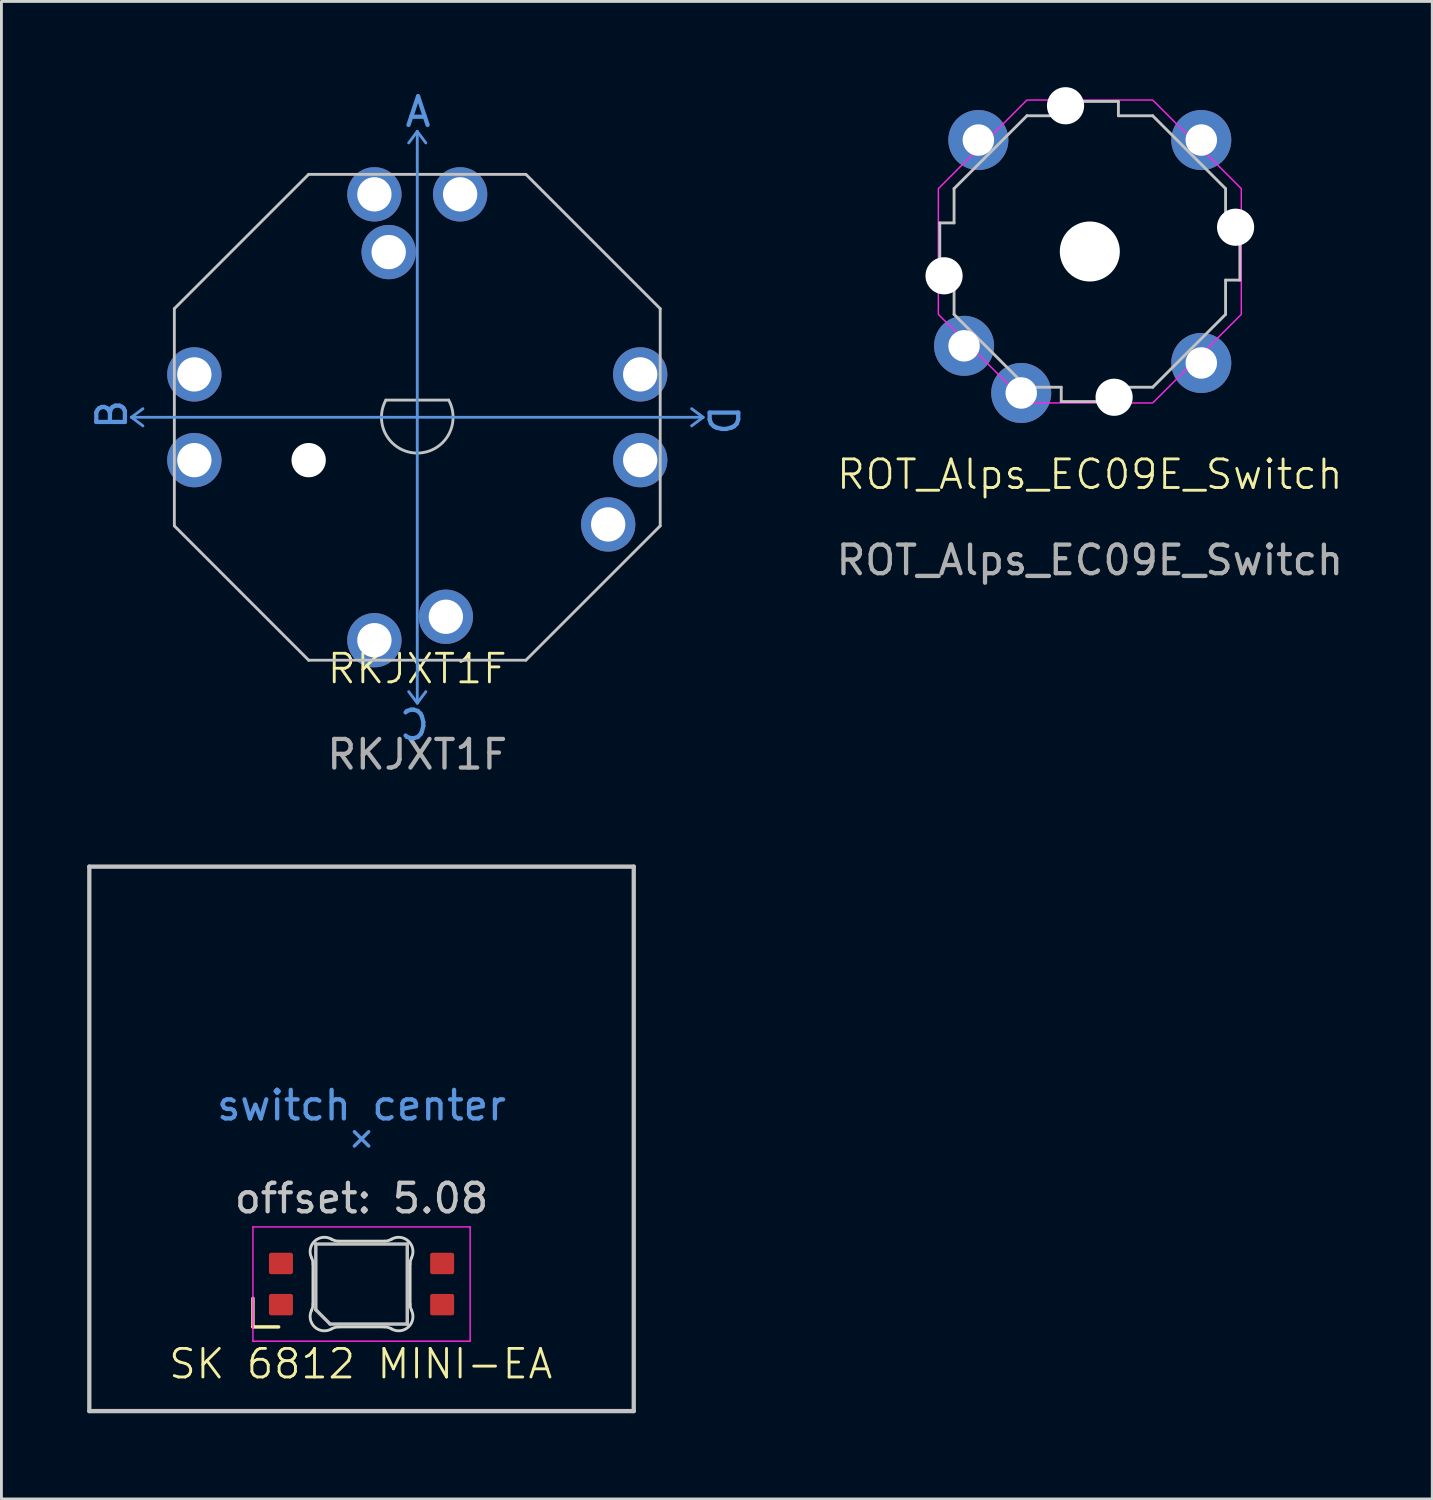
<source format=kicad_pcb>
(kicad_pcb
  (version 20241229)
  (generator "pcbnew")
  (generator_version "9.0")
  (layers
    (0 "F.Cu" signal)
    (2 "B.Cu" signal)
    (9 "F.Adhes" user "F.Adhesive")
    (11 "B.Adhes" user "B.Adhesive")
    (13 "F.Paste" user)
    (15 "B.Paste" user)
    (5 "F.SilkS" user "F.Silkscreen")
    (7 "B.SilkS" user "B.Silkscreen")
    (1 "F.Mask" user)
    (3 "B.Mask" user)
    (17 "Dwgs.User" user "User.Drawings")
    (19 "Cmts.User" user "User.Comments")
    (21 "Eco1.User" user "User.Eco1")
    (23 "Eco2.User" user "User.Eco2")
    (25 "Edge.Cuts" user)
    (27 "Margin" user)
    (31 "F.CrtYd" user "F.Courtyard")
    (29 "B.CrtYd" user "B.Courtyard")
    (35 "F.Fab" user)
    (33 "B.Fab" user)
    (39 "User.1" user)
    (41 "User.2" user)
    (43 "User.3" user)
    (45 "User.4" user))
  (footprint "RKJXT1F"
    (layer "F.Cu")
    (at 11.55 11.55)
    (property "Reference" "RKJXT1F" (at 0 8.8 0) (unlocked yes) (layer "F.SilkS") (effects (font (size 1 1) (thickness 0.1))))
    (attr through_hole)
    (fp_line (start -8.5 3.8) (end -8.5 -3.8) (stroke (width 0.1) (type default)) (layer "Dwgs.User"))
    (fp_line (start -8.5 3.8) (end -3.8 8.5) (stroke (width 0.1) (type default)) (layer "Dwgs.User"))
    (fp_line (start -3.8 -8.5) (end -8.5 -3.8) (stroke (width 0.1) (type default)) (layer "Dwgs.User"))
    (fp_line (start -1.1 -0.6) (end 1.1 -0.6) (stroke (width 0.1) (type default)) (layer "Dwgs.User"))
    (fp_line (start 3.8 -8.5) (end -3.8 -8.5) (stroke (width 0.1) (type default)) (layer "Dwgs.User"))
    (fp_line (start 3.8 8.5) (end -3.8 8.5) (stroke (width 0.1) (type default)) (layer "Dwgs.User"))
    (fp_line (start 3.8 8.5) (end 8.5 3.8) (stroke (width 0.1) (type default)) (layer "Dwgs.User"))
    (fp_line (start 8.5 -3.8) (end 3.8 -8.5) (stroke (width 0.1) (type default)) (layer "Dwgs.User"))
    (fp_line (start 8.5 3.8) (end 8.5 -3.8) (stroke (width 0.1) (type default)) (layer "Dwgs.User"))
    (fp_arc (start 1.1 -0.6) (mid 0 1.252995) (end -1.1 -0.6) (stroke (width 0.1) (type default)) (layer "Dwgs.User"))
    (fp_line (start -10 0) (end -9.6 -0.3) (stroke (width 0.1) (type default)) (layer "Cmts.User"))
    (fp_line (start -10 0) (end -9.6 0.3) (stroke (width 0.1) (type default)) (layer "Cmts.User"))
    (fp_line (start 0 -10) (end -0.3 -9.6) (stroke (width 0.1) (type default)) (layer "Cmts.User"))
    (fp_line (start 0 -10) (end 0.3 -9.6) (stroke (width 0.1) (type default)) (layer "Cmts.User"))
    (fp_line (start 0 0) (end -10 0) (stroke (width 0.1) (type default)) (layer "Cmts.User"))
    (fp_line (start 0 0) (end 0 -10) (stroke (width 0.1) (type default)) (layer "Cmts.User"))
    (fp_line (start 0 0) (end 0 10) (stroke (width 0.1) (type default)) (layer "Cmts.User"))
    (fp_line (start 0 0) (end 10 0) (stroke (width 0.1) (type default)) (layer "Cmts.User"))
    (fp_line (start 0 10) (end -0.3 9.6) (stroke (width 0.1) (type default)) (layer "Cmts.User"))
    (fp_line (start 0 10) (end 0.3 9.6) (stroke (width 0.1) (type default)) (layer "Cmts.User"))
    (fp_line (start 10 0) (end 9.6 -0.3) (stroke (width 0.1) (type default)) (layer "Cmts.User"))
    (fp_line (start 10 0) (end 9.6 0.3) (stroke (width 0.1) (type default)) (layer "Cmts.User"))
    (fp_poly (pts (xy -3.8 -8.5) (xy 3.8 -8.5) (xy 8.5 -3.8) (xy 8.5 3.8) (xy 3.8 8.5) (xy -3.8 8.5) (xy -8.5 3.8) (xy -8.5 -3.8)) (stroke (width 0.05) (type solid)) (fill no) (layer "F.CrtYd"))
    (fp_text user "A" (at -0.5 -10.1 0) (unlocked yes) (layer "Cmts.User") (effects (font (size 1 1) (thickness 0.15)) (justify left bottom)))
    (fp_text user "C" (at 0.5 10.1 180) (unlocked yes) (layer "Cmts.User") (effects (font (size 1 1) (thickness 0.15)) (justify left bottom)))
    (fp_text user "D" (at 10.1 -0.5 270) (unlocked yes) (layer "Cmts.User") (effects (font (size 1 1) (thickness 0.15)) (justify left bottom)))
    (fp_text user "B" (at -10.1 0.5 90) (unlocked yes) (layer "Cmts.User") (effects (font (size 1 1) (thickness 0.15)) (justify left bottom)))
    (fp_text user "${REFERENCE}" (at 0 11.8 0) (unlocked yes) (layer "F.Fab") (effects (font (size 1 1) (thickness 0.15))))
    (pad "" np_thru_hole circle (at -3.8 1.5) (size 1.2 1.2) (drill 1.2) (layers "*.Cu" "*.Mask"))
    (pad "A" thru_hole circle (at -1.5 7.8) (size 1.9 1.9) (drill 1.2) (layers "*.Cu" "*.Mask"))
    (pad "B" thru_hole circle (at 7.8 1.5) (size 1.9 1.9) (drill 1.2) (layers "*.Cu" "*.Mask"))
    (pad "C" thru_hole circle (at 1.5 -7.8) (size 1.9 1.9) (drill 1.2) (layers "*.Cu" "*.Mask"))
    (pad "COM" thru_hole circle (at -1 -5.78) (size 1.9 1.9) (drill 1.2) (layers "*.Cu" "*.Mask"))
    (pad "D" thru_hole circle (at -7.8 -1.5) (size 1.9 1.9) (drill 1.2) (layers "*.Cu" "*.Mask"))
    (pad "ENC_A" thru_hole circle (at -7.8 1.5) (size 1.9 1.9) (drill 1.2) (layers "*.Cu" "*.Mask"))
    (pad "ENC_B" thru_hole circle (at 7.8 -1.5) (size 1.9 1.9) (drill 1.2) (layers "*.Cu" "*.Mask"))
    (pad "ENC_COM" thru_hole circle (at -1.5 -7.8) (size 1.9 1.9) (drill 1.2) (layers "*.Cu" "*.Mask"))
    (pad "GND" thru_hole circle (at 6.68 3.75) (size 1.9 1.9) (drill 1.2) (layers "*.Cu" "*.Mask"))
    (pad "PUSH" thru_hole circle (at 1 6.98) (size 1.9 1.9) (drill 1.2) (layers "*.Cu" "*.Mask")))
  (footprint "SK 6812 MINI-EA"
    (layer "F.Cu")
    (at 9.6 41.878)
    (property "Reference" "SK 6812 MINI-EA" (at -0.027 2.794 0) (unlocked yes) (layer "F.SilkS") (effects (font (size 1 1) (thickness 0.1))))
    (attr smd)
    (fp_line (start -3.8 0.5) (end -3.8 1.5) (stroke (width 0.12) (type solid)) (layer "F.SilkS"))
    (fp_line (start -3.8 1.5) (end -2.9 1.5) (stroke (width 0.12) (type solid)) (layer "F.SilkS"))
    (fp_line (start -9.525 -14.605) (end -9.525 4.445) (stroke (width 0.15) (type solid)) (layer "Dwgs.User"))
    (fp_line (start -9.525 4.445) (end 9.525 4.445) (stroke (width 0.15) (type solid)) (layer "Dwgs.User"))
    (fp_line (start -1.6 -1.4) (end 1.6 -1.4) (stroke (width 0.12) (type solid)) (layer "Dwgs.User"))
    (fp_line (start -1.6 0.9) (end -1.6 -1.4) (stroke (width 0.12) (type solid)) (layer "Dwgs.User"))
    (fp_line (start -1.6 0.9) (end -1.1 1.4) (stroke (width 0.12) (type solid)) (layer "Dwgs.User"))
    (fp_line (start 1.6 -1.4) (end 1.6 1.4) (stroke (width 0.12) (type solid)) (layer "Dwgs.User"))
    (fp_line (start 1.6 1.4) (end -1.1 1.4) (stroke (width 0.12) (type solid)) (layer "Dwgs.User"))
    (fp_line (start 9.525 -14.605) (end -9.525 -14.605) (stroke (width 0.15) (type solid)) (layer "Dwgs.User"))
    (fp_line (start 9.525 4.445) (end 9.525 -14.605) (stroke (width 0.15) (type solid)) (layer "Dwgs.User"))
    (fp_line (start -0.25 -4.83) (end 0 -5.08) (stroke (width 0.12) (type solid)) (layer "Cmts.User"))
    (fp_line (start 0 -5.08) (end -0.25 -5.33) (stroke (width 0.12) (type solid)) (layer "Cmts.User"))
    (fp_line (start 0 -5.08) (end 0.25 -5.33) (stroke (width 0.12) (type solid)) (layer "Cmts.User"))
    (fp_line (start 0.25 -4.83) (end 0 -5.08) (stroke (width 0.12) (type solid)) (layer "Cmts.User"))
    (fp_line (start -1.7 -0.703) (end -1.7 0.703) (stroke (width 0.1) (type solid)) (layer "Edge.Cuts"))
    (fp_line (start -0.794 1.5) (end 0.794 1.5) (stroke (width 0.1) (type solid)) (layer "Edge.Cuts"))
    (fp_line (start 0.794 -1.5) (end -0.794 -1.5) (stroke (width 0.1) (type solid)) (layer "Edge.Cuts"))
    (fp_line (start 1.7 0.703) (end 1.7 -0.703) (stroke (width 0.1) (type solid)) (layer "Edge.Cuts"))
    (fp_arc (start -1.749484 -0.91972) (mid -1.712518 -0.81407) (end -1.699999 -0.702843) (stroke (width 0.1) (type solid)) (layer "Edge.Cuts"))
    (fp_arc (start -1.749484 -0.91972) (mid -1.638067 -1.50403) (end -1.046711 -1.568298) (stroke (width 0.1) (type solid)) (layer "Edge.Cuts"))
    (fp_arc (start -1.699999 0.702842) (mid -1.712536 0.814066) (end -1.749484 0.91972) (stroke (width 0.1) (type solid)) (layer "Edge.Cuts"))
    (fp_arc (start -1.046711 1.568299) (mid -1.638096 1.504061) (end -1.749484 0.919719) (stroke (width 0.1) (type solid)) (layer "Edge.Cuts"))
    (fp_arc (start -1.046711 1.568299) (mid -0.92512 1.517388) (end -0.794452 1.5) (stroke (width 0.1) (type solid)) (layer "Edge.Cuts"))
    (fp_arc (start -0.794453 -1.499999) (mid -0.925127 -1.517364) (end -1.046711 -1.568298) (stroke (width 0.1) (type solid)) (layer "Edge.Cuts"))
    (fp_arc (start 0.794452 1.5) (mid 0.925119 1.51739) (end 1.04671 1.568299) (stroke (width 0.1) (type solid)) (layer "Edge.Cuts"))
    (fp_arc (start 1.046711 -1.568299) (mid 0.92512 -1.517388) (end 0.794453 -1.5) (stroke (width 0.1) (type solid)) (layer "Edge.Cuts"))
    (fp_arc (start 1.046711 -1.568299) (mid 1.638107 -1.504051) (end 1.749484 -0.91972) (stroke (width 0.1) (type solid)) (layer "Edge.Cuts"))
    (fp_arc (start 1.699999 -0.702842) (mid 1.712536 -0.814066) (end 1.749484 -0.91972) (stroke (width 0.1) (type solid)) (layer "Edge.Cuts"))
    (fp_arc (start 1.749484 0.91972) (mid 1.638069 1.504032) (end 1.046711 1.568297) (stroke (width 0.1) (type solid)) (layer "Edge.Cuts"))
    (fp_arc (start 1.749484 0.91972) (mid 1.712511 0.814071) (end 1.699999 0.702843) (stroke (width 0.1) (type solid)) (layer "Edge.Cuts"))
    (fp_line (start -3.8 -2) (end 3.8 -2) (stroke (width 0.05) (type solid)) (layer "F.CrtYd"))
    (fp_line (start -3.8 2) (end -3.8 -2) (stroke (width 0.05) (type solid)) (layer "F.CrtYd"))
    (fp_line (start 3.8 -2) (end 3.8 2) (stroke (width 0.05) (type solid)) (layer "F.CrtYd"))
    (fp_line (start 3.8 2) (end -3.8 2) (stroke (width 0.05) (type solid)) (layer "F.CrtYd"))
    (fp_text user "offset: 5.08" (at 0 -3 0) (layer "Dwgs.User") (effects (font (size 1 1) (thickness 0.15))))
    (fp_text user "switch center" (at 0 -6.25 0) (layer "Cmts.User") (effects (font (size 1 1) (thickness 0.15))))
    (pad "1" smd roundrect (at 2.82 -0.72 90) (size 0.75 0.84) (layers "F.Cu" "F.Mask" "F.Paste") (roundrect_rratio 0.1))
    (pad "2" smd roundrect (at 2.82 0.72 90) (size 0.75 0.84) (layers "F.Cu" "F.Mask" "F.Paste") (roundrect_rratio 0.1))
    (pad "3" smd roundrect (at -2.82 -0.72 90) (size 0.75 0.84) (layers "F.Cu" "F.Mask" "F.Paste") (roundrect_rratio 0.1))
    (pad "4" smd roundrect (at -2.82 0.72 90) (size 0.75 0.84) (layers "F.Cu" "F.Mask" "F.Paste") (roundrect_rratio 0.1)))
  (footprint "ROT_Alps_EC09E_Switch"
    (layer "F.Cu")
    (at 35.082 5.75)
    (property "Reference" "ROT_Alps_EC09E_Switch" (at 0 7.8 0) (unlocked yes) (layer "F.SilkS") (effects (font (size 1 1) (thickness 0.1))))
    (attr through_hole)
    (fp_line (start -5.25 1) (end -5.25 -1) (stroke (width 0.1) (type default)) (layer "Dwgs.User"))
    (fp_line (start -4.75 -2.2) (end -4.75 -1) (stroke (width 0.1) (type default)) (layer "Dwgs.User"))
    (fp_line (start -4.75 -1) (end -5.25 -1) (stroke (width 0.1) (type default)) (layer "Dwgs.User"))
    (fp_line (start -4.75 1) (end -5.25 1) (stroke (width 0.1) (type default)) (layer "Dwgs.User"))
    (fp_line (start -4.75 2.2) (end -4.75 1) (stroke (width 0.1) (type default)) (layer "Dwgs.User"))
    (fp_line (start -4.75 2.2) (end -2.2 4.75) (stroke (width 0.1) (type default)) (layer "Dwgs.User"))
    (fp_line (start -2.2 -4.75) (end -4.75 -2.2) (stroke (width 0.1) (type default)) (layer "Dwgs.User"))
    (fp_line (start -2.2 -4.75) (end -1 -4.75) (stroke (width 0.1) (type default)) (layer "Dwgs.User"))
    (fp_line (start -2.2 4.75) (end -1 4.75) (stroke (width 0.1) (type default)) (layer "Dwgs.User"))
    (fp_line (start -1 -4.75) (end -1 -5.25) (stroke (width 0.1) (type default)) (layer "Dwgs.User"))
    (fp_line (start -1 5.25) (end -1 4.75) (stroke (width 0.1) (type default)) (layer "Dwgs.User"))
    (fp_line (start 1 -5.25) (end -1 -5.25) (stroke (width 0.1) (type default)) (layer "Dwgs.User"))
    (fp_line (start 1 -4.75) (end 1 -5.25) (stroke (width 0.1) (type default)) (layer "Dwgs.User"))
    (fp_line (start 1 5.25) (end -1 5.25) (stroke (width 0.1) (type default)) (layer "Dwgs.User"))
    (fp_line (start 1 5.25) (end 1 4.75) (stroke (width 0.1) (type default)) (layer "Dwgs.User"))
    (fp_line (start 2.2 -4.75) (end 1 -4.75) (stroke (width 0.1) (type default)) (layer "Dwgs.User"))
    (fp_line (start 2.2 4.75) (end 1 4.75) (stroke (width 0.1) (type default)) (layer "Dwgs.User"))
    (fp_line (start 2.2 4.75) (end 4.75 2.2) (stroke (width 0.1) (type default)) (layer "Dwgs.User"))
    (fp_line (start 4.75 -2.2) (end 2.2 -4.75) (stroke (width 0.1) (type default)) (layer "Dwgs.User"))
    (fp_line (start 4.75 -1) (end 4.75 -2.2) (stroke (width 0.1) (type default)) (layer "Dwgs.User"))
    (fp_line (start 4.75 -1) (end 5.25 -1) (stroke (width 0.1) (type default)) (layer "Dwgs.User"))
    (fp_line (start 4.75 1) (end 5.25 1) (stroke (width 0.1) (type default)) (layer "Dwgs.User"))
    (fp_line (start 4.75 2.2) (end 4.75 1) (stroke (width 0.1) (type default)) (layer "Dwgs.User"))
    (fp_line (start 5.25 1) (end 5.25 -1) (stroke (width 0.1) (type default)) (layer "Dwgs.User"))
    (fp_poly (pts (xy -5.3 -2.2) (xy -5.3 2.2) (xy -2.2 5.3) (xy 2.2 5.3) (xy 5.3 2.2) (xy 5.3 -2.2) (xy 2.2 -5.3) (xy -2.2 -5.3)) (stroke (width 0.05) (type solid)) (fill no) (layer "F.CrtYd"))
    (fp_text user "${REFERENCE}" (at 0 10.8 0) (unlocked yes) (layer "F.Fab") (effects (font (size 1 1) (thickness 0.15))))
    (pad "" np_thru_hole circle (at -5.1 0.85 90) (size 1.3 1.3) (drill 1.3) (layers "*.Cu" "*.Mask"))
    (pad "" np_thru_hole circle (at -0.85 -5.1 90) (size 1.3 1.3) (drill 1.3) (layers "*.Cu" "*.Mask"))
    (pad "" np_thru_hole circle (at 0 0 90) (size 2.1 2.1) (drill 2.1) (layers "*.Cu" "*.Mask"))
    (pad "" np_thru_hole circle (at 0.85 5.1 90) (size 1.3 1.3) (drill 1.3) (layers "*.Cu" "*.Mask"))
    (pad "" np_thru_hole circle (at 5.1 -0.85 90) (size 1.3 1.3) (drill 1.3) (layers "*.Cu" "*.Mask"))
    (pad "A" thru_hole circle (at -4.4 3.3 90) (size 2.1 2.1) (drill 1.1) (layers "*.Cu" "*.Mask"))
    (pad "B" thru_hole circle (at 3.9 -3.9 90) (size 2.1 2.1) (drill 1.1) (layers "*.Cu" "*.Mask"))
    (pad "C" thru_hole circle (at 3.9 3.9 90) (size 2.1 2.1) (drill 1.1) (layers "*.Cu" "*.Mask"))
    (pad "D" thru_hole circle (at -3.9 -3.9 90) (size 2.1 2.1) (drill 1.1) (layers "*.Cu" "*.Mask"))
    (pad "E" thru_hole circle (at -2.4 4.95 90) (size 2.1 2.1) (drill 1.1) (layers "*.Cu" "*.Mask")))
  (gr_rect
    (start -3 -3)
    (end 47.064 49.398)
    (stroke (width 0.1) (type default))
    (fill no)
    (layer "Edge.Cuts")))
</source>
